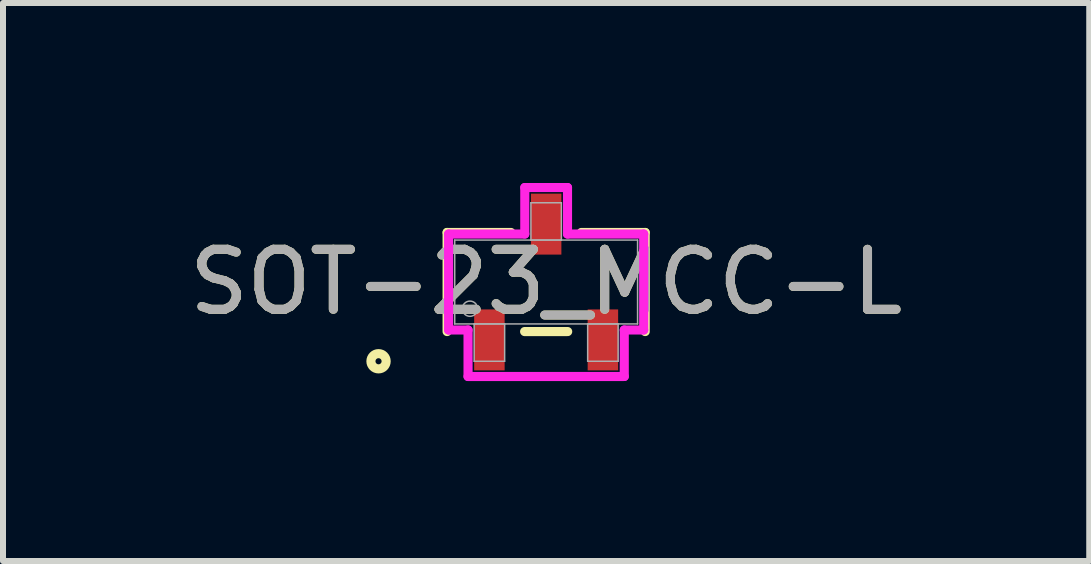
<source format=kicad_pcb>
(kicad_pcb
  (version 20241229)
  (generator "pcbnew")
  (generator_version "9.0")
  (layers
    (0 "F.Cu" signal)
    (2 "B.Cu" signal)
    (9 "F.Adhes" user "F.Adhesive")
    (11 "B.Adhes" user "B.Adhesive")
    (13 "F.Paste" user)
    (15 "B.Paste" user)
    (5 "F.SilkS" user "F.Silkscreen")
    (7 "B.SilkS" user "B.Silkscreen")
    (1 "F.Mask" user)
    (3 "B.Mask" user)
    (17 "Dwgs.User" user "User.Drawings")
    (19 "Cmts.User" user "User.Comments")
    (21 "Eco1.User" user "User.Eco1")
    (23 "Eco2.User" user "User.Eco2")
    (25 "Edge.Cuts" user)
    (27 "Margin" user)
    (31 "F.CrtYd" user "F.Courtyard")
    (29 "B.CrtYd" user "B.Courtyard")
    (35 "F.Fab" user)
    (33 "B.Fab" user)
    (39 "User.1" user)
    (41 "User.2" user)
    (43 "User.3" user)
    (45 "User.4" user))
  (footprint "SOT-23_MCC-L"
    (layer "F.Cu")
    (at 6.054 1.651)
    (property "Reference" "SOT-23_MCC-L" (at 0 0 0) (unlocked yes) (layer "F.SilkS") (effects (font (size 1 1) (thickness 0.15))))
    (attr smd)
    (fp_line (start -1.651 -0.826) (end -1.651 0.826) (stroke (width 0.152) (type solid)) (layer "F.SilkS"))
    (fp_line (start -0.587 -0.826) (end -1.651 -0.826) (stroke (width 0.152) (type solid)) (layer "F.SilkS"))
    (fp_line (start -0.359 0.826) (end 0.359 0.826) (stroke (width 0.152) (type solid)) (layer "F.SilkS"))
    (fp_line (start 1.651 -0.826) (end 0.587 -0.826) (stroke (width 0.152) (type solid)) (layer "F.SilkS"))
    (fp_line (start 1.651 0.826) (end 1.651 -0.826) (stroke (width 0.152) (type solid)) (layer "F.SilkS"))
    (fp_circle (center -2.794 1.321) (end -2.667 1.321) (stroke (width 0.152) (type solid)) (fill no) (layer "F.SilkS"))
    (fp_line (start -1.626 -0.8) (end -0.356 -0.8) (stroke (width 0.152) (type solid)) (layer "F.CrtYd"))
    (fp_line (start -1.626 0.8) (end -1.626 -0.8) (stroke (width 0.152) (type solid)) (layer "F.CrtYd"))
    (fp_line (start -1.626 0.8) (end -1.302 0.8) (stroke (width 0.152) (type solid)) (layer "F.CrtYd"))
    (fp_line (start -1.302 0.8) (end -1.302 1.575) (stroke (width 0.152) (type solid)) (layer "F.CrtYd"))
    (fp_line (start -1.302 1.575) (end 1.302 1.575) (stroke (width 0.152) (type solid)) (layer "F.CrtYd"))
    (fp_line (start -0.356 -1.575) (end 0.356 -1.575) (stroke (width 0.152) (type solid)) (layer "F.CrtYd"))
    (fp_line (start -0.356 -0.8) (end -0.356 -1.575) (stroke (width 0.152) (type solid)) (layer "F.CrtYd"))
    (fp_line (start 0.356 -0.8) (end 0.356 -1.575) (stroke (width 0.152) (type solid)) (layer "F.CrtYd"))
    (fp_line (start 1.302 0.8) (end 1.302 1.575) (stroke (width 0.152) (type solid)) (layer "F.CrtYd"))
    (fp_line (start 1.626 -0.8) (end 0.356 -0.8) (stroke (width 0.152) (type solid)) (layer "F.CrtYd"))
    (fp_line (start 1.626 -0.8) (end 1.626 0.8) (stroke (width 0.152) (type solid)) (layer "F.CrtYd"))
    (fp_line (start 1.626 0.8) (end 1.302 0.8) (stroke (width 0.152) (type solid)) (layer "F.CrtYd"))
    (fp_line (start -1.524 -0.699) (end -1.524 0.699) (stroke (width 0.025) (type solid)) (layer "F.Fab"))
    (fp_line (start -1.524 0.699) (end 1.524 0.699) (stroke (width 0.025) (type solid)) (layer "F.Fab"))
    (fp_line (start -1.2 0.699) (end -1.2 1.321) (stroke (width 0.025) (type solid)) (layer "F.Fab"))
    (fp_line (start -1.2 1.321) (end -0.692 1.321) (stroke (width 0.025) (type solid)) (layer "F.Fab"))
    (fp_line (start -0.692 0.699) (end -1.2 0.699) (stroke (width 0.025) (type solid)) (layer "F.Fab"))
    (fp_line (start -0.692 1.321) (end -0.692 0.699) (stroke (width 0.025) (type solid)) (layer "F.Fab"))
    (fp_line (start -0.254 -1.321) (end -0.254 -0.699) (stroke (width 0.025) (type solid)) (layer "F.Fab"))
    (fp_line (start -0.254 -0.699) (end 0.254 -0.699) (stroke (width 0.025) (type solid)) (layer "F.Fab"))
    (fp_line (start 0.254 -1.321) (end -0.254 -1.321) (stroke (width 0.025) (type solid)) (layer "F.Fab"))
    (fp_line (start 0.254 -0.699) (end 0.254 -1.321) (stroke (width 0.025) (type solid)) (layer "F.Fab"))
    (fp_line (start 0.692 0.699) (end 0.692 1.321) (stroke (width 0.025) (type solid)) (layer "F.Fab"))
    (fp_line (start 0.692 1.321) (end 1.2 1.321) (stroke (width 0.025) (type solid)) (layer "F.Fab"))
    (fp_line (start 1.2 0.699) (end 0.692 0.699) (stroke (width 0.025) (type solid)) (layer "F.Fab"))
    (fp_line (start 1.2 1.321) (end 1.2 0.699) (stroke (width 0.025) (type solid)) (layer "F.Fab"))
    (fp_line (start 1.524 -0.699) (end -1.524 -0.699) (stroke (width 0.025) (type solid)) (layer "F.Fab"))
    (fp_line (start 1.524 0.699) (end 1.524 -0.699) (stroke (width 0.025) (type solid)) (layer "F.Fab"))
    (fp_circle (center -1.27 0.445) (end -1.143 0.445) (stroke (width 0.025) (type solid)) (fill no) (layer "F.Fab"))
    (fp_text user "${REFERENCE}" (at 0 0 0) (unlocked yes) (layer "F.Fab") (effects (font (size 1 1) (thickness 0.15))))
    (pad "1" smd rect (at -0.946 0.965) (size 0.508 1.016) (layers "F.Cu" "F.Mask" "F.Paste"))
    (pad "2" smd rect (at 0.946 0.965) (size 0.508 1.016) (layers "F.Cu" "F.Mask" "F.Paste"))
    (pad "3" smd rect (at 0 -0.965) (size 0.508 1.016) (layers "F.Cu" "F.Mask" "F.Paste")))
  (gr_rect
    (start -3 -3)
    (end 15.107 6.302)
    (stroke (width 0.1) (type default))
    (fill no)
    (layer "Edge.Cuts")))
</source>
